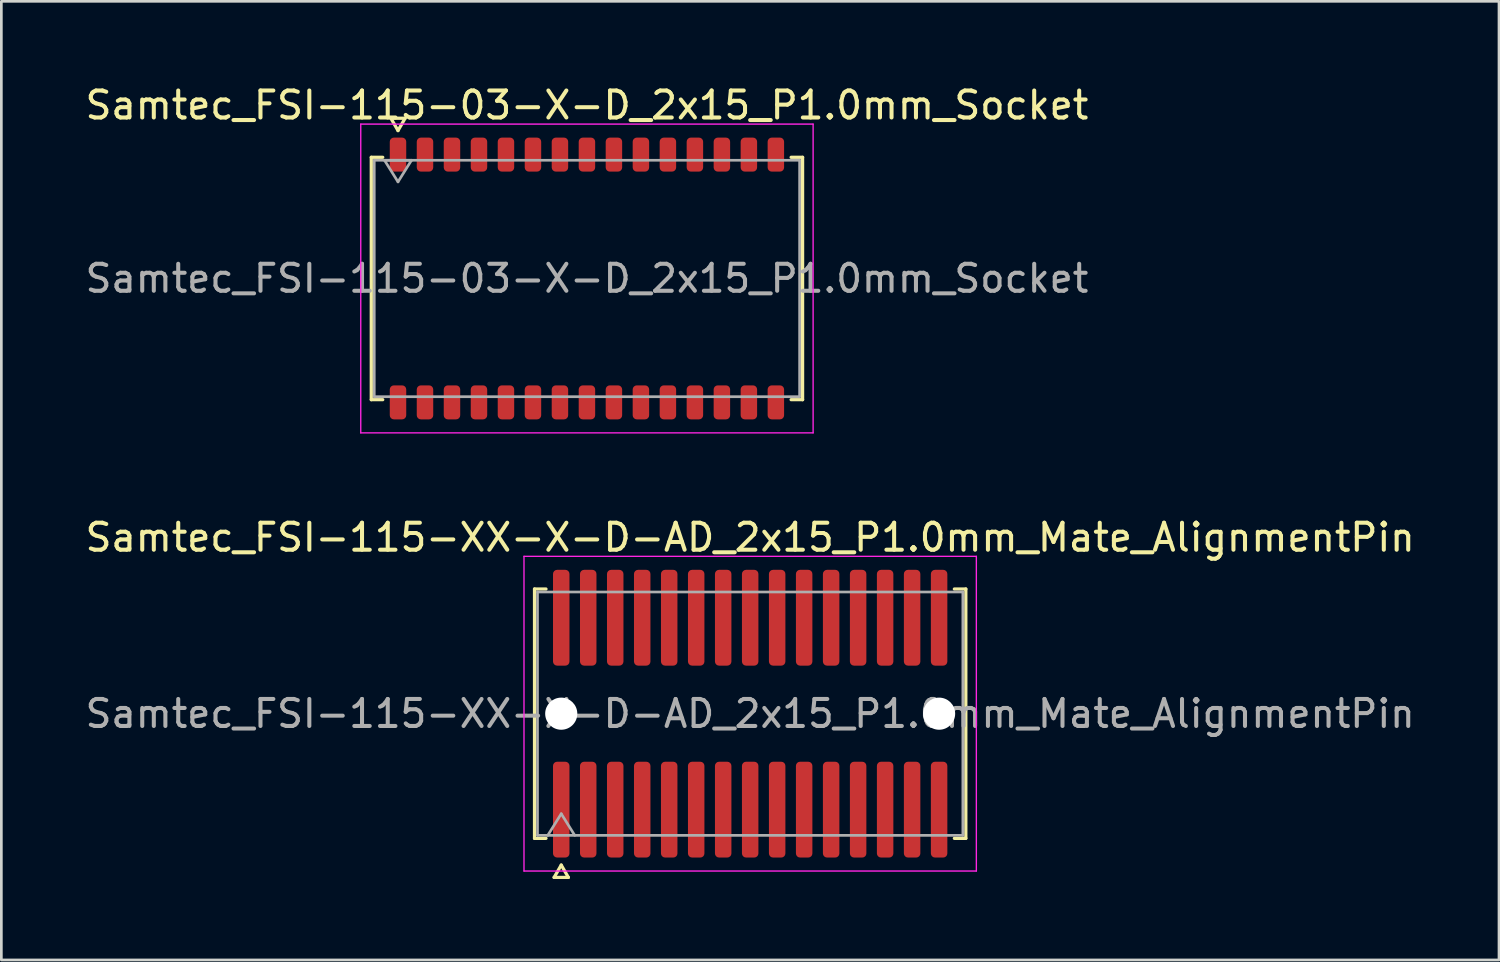
<source format=kicad_pcb>
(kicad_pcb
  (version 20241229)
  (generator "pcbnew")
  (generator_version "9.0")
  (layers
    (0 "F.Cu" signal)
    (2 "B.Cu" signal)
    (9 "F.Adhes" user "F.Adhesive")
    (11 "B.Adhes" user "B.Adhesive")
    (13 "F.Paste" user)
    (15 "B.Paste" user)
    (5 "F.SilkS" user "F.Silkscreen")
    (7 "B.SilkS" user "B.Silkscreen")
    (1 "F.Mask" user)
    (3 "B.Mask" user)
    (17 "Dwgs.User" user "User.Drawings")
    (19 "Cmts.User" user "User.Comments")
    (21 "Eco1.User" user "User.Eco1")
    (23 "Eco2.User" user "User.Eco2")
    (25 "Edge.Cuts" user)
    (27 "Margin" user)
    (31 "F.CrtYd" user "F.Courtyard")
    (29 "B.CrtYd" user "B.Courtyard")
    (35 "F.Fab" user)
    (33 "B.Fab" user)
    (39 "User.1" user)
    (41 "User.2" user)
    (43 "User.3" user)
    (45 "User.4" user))
  (footprint "Samtec_FSI-115-XX-X-D-AD_2x15_P1.0mm_Mate_AlignmentPin"
    (layer "F.Cu")
    (at 24.744 23.392)
    (property "Reference" "Samtec_FSI-115-XX-X-D-AD_2x15_P1.0mm_Mate_AlignmentPin" (at 0 -6.53 0) (layer "F.SilkS") (effects (font (size 1 1) (thickness 0.15))))
    (attr smd exclude_from_pos_files exclude_from_bom)
    (fp_line (start -7.99 -4.619) (end -7.565 -4.619) (stroke (width 0.12) (type solid)) (layer "F.SilkS"))
    (fp_line (start -7.99 4.619) (end -7.99 -4.619) (stroke (width 0.12) (type solid)) (layer "F.SilkS"))
    (fp_line (start -7.565 4.619) (end -7.99 4.619) (stroke (width 0.12) (type solid)) (layer "F.SilkS"))
    (fp_line (start -7.264 6.066) (end -7 5.609) (stroke (width 0.12) (type solid)) (layer "F.SilkS"))
    (fp_line (start -7 5.609) (end -6.736 6.066) (stroke (width 0.12) (type solid)) (layer "F.SilkS"))
    (fp_line (start -6.736 6.066) (end -7.264 6.066) (stroke (width 0.12) (type solid)) (layer "F.SilkS"))
    (fp_line (start 7.565 -4.619) (end 7.99 -4.619) (stroke (width 0.12) (type solid)) (layer "F.SilkS"))
    (fp_line (start 7.99 -4.619) (end 7.99 4.619) (stroke (width 0.12) (type solid)) (layer "F.SilkS"))
    (fp_line (start 7.99 4.619) (end 7.565 4.619) (stroke (width 0.12) (type solid)) (layer "F.SilkS"))
    (fp_line (start -8.38 -5.83) (end -8.38 5.83) (stroke (width 0.05) (type solid)) (layer "F.CrtYd"))
    (fp_line (start -8.38 5.83) (end 8.38 5.83) (stroke (width 0.05) (type solid)) (layer "F.CrtYd"))
    (fp_line (start 8.38 -5.83) (end -8.38 -5.83) (stroke (width 0.05) (type solid)) (layer "F.CrtYd"))
    (fp_line (start 8.38 5.83) (end 8.38 -5.83) (stroke (width 0.05) (type solid)) (layer "F.CrtYd"))
    (fp_line (start -7.88 -4.508) (end 7.88 -4.508) (stroke (width 0.1) (type solid)) (layer "F.Fab"))
    (fp_line (start -7.88 4.508) (end -7.88 -4.508) (stroke (width 0.1) (type solid)) (layer "F.Fab"))
    (fp_line (start -7.5 4.508) (end -7 3.708) (stroke (width 0.1) (type solid)) (layer "F.Fab"))
    (fp_line (start -7 3.708) (end -6.5 4.508) (stroke (width 0.1) (type solid)) (layer "F.Fab"))
    (fp_line (start 7.88 -4.508) (end 7.88 4.508) (stroke (width 0.1) (type solid)) (layer "F.Fab"))
    (fp_line (start 7.88 4.508) (end -7.88 4.508) (stroke (width 0.1) (type solid)) (layer "F.Fab"))
    (fp_text user "${REFERENCE}" (at 0 0 0) (layer "F.Fab") (effects (font (size 1 1) (thickness 0.15))))
    (pad "" np_thru_hole circle (at -7 0) (size 1.19 1.19) (drill 1.19) (layers "*.Cu" "*.Mask"))
    (pad "" np_thru_hole circle (at 7 0) (size 1.19 1.19) (drill 1.19) (layers "*.Cu" "*.Mask"))
    (pad "1" smd roundrect (at -7 3.555) (size 0.61 3.55) (layers "F.Cu" "F.Mask") (roundrect_rratio 0.25))
    (pad "2" smd roundrect (at -7 -3.555) (size 0.61 3.55) (layers "F.Cu" "F.Mask") (roundrect_rratio 0.25))
    (pad "3" smd roundrect (at -6 3.555) (size 0.61 3.55) (layers "F.Cu" "F.Mask") (roundrect_rratio 0.25))
    (pad "4" smd roundrect (at -6 -3.555) (size 0.61 3.55) (layers "F.Cu" "F.Mask") (roundrect_rratio 0.25))
    (pad "5" smd roundrect (at -5 3.555) (size 0.61 3.55) (layers "F.Cu" "F.Mask") (roundrect_rratio 0.25))
    (pad "6" smd roundrect (at -5 -3.555) (size 0.61 3.55) (layers "F.Cu" "F.Mask") (roundrect_rratio 0.25))
    (pad "7" smd roundrect (at -4 3.555) (size 0.61 3.55) (layers "F.Cu" "F.Mask") (roundrect_rratio 0.25))
    (pad "8" smd roundrect (at -4 -3.555) (size 0.61 3.55) (layers "F.Cu" "F.Mask") (roundrect_rratio 0.25))
    (pad "9" smd roundrect (at -3 3.555) (size 0.61 3.55) (layers "F.Cu" "F.Mask") (roundrect_rratio 0.25))
    (pad "10" smd roundrect (at -3 -3.555) (size 0.61 3.55) (layers "F.Cu" "F.Mask") (roundrect_rratio 0.25))
    (pad "11" smd roundrect (at -2 3.555) (size 0.61 3.55) (layers "F.Cu" "F.Mask") (roundrect_rratio 0.25))
    (pad "12" smd roundrect (at -2 -3.555) (size 0.61 3.55) (layers "F.Cu" "F.Mask") (roundrect_rratio 0.25))
    (pad "13" smd roundrect (at -1 3.555) (size 0.61 3.55) (layers "F.Cu" "F.Mask") (roundrect_rratio 0.25))
    (pad "14" smd roundrect (at -1 -3.555) (size 0.61 3.55) (layers "F.Cu" "F.Mask") (roundrect_rratio 0.25))
    (pad "15" smd roundrect (at 0 3.555) (size 0.61 3.55) (layers "F.Cu" "F.Mask") (roundrect_rratio 0.25))
    (pad "16" smd roundrect (at 0 -3.555) (size 0.61 3.55) (layers "F.Cu" "F.Mask") (roundrect_rratio 0.25))
    (pad "17" smd roundrect (at 1 3.555) (size 0.61 3.55) (layers "F.Cu" "F.Mask") (roundrect_rratio 0.25))
    (pad "18" smd roundrect (at 1 -3.555) (size 0.61 3.55) (layers "F.Cu" "F.Mask") (roundrect_rratio 0.25))
    (pad "19" smd roundrect (at 2 3.555) (size 0.61 3.55) (layers "F.Cu" "F.Mask") (roundrect_rratio 0.25))
    (pad "20" smd roundrect (at 2 -3.555) (size 0.61 3.55) (layers "F.Cu" "F.Mask") (roundrect_rratio 0.25))
    (pad "21" smd roundrect (at 3 3.555) (size 0.61 3.55) (layers "F.Cu" "F.Mask") (roundrect_rratio 0.25))
    (pad "22" smd roundrect (at 3 -3.555) (size 0.61 3.55) (layers "F.Cu" "F.Mask") (roundrect_rratio 0.25))
    (pad "23" smd roundrect (at 4 3.555) (size 0.61 3.55) (layers "F.Cu" "F.Mask") (roundrect_rratio 0.25))
    (pad "24" smd roundrect (at 4 -3.555) (size 0.61 3.55) (layers "F.Cu" "F.Mask") (roundrect_rratio 0.25))
    (pad "25" smd roundrect (at 5 3.555) (size 0.61 3.55) (layers "F.Cu" "F.Mask") (roundrect_rratio 0.25))
    (pad "26" smd roundrect (at 5 -3.555) (size 0.61 3.55) (layers "F.Cu" "F.Mask") (roundrect_rratio 0.25))
    (pad "27" smd roundrect (at 6 3.555) (size 0.61 3.55) (layers "F.Cu" "F.Mask") (roundrect_rratio 0.25))
    (pad "28" smd roundrect (at 6 -3.555) (size 0.61 3.55) (layers "F.Cu" "F.Mask") (roundrect_rratio 0.25))
    (pad "29" smd roundrect (at 7 3.555) (size 0.61 3.55) (layers "F.Cu" "F.Mask") (roundrect_rratio 0.25))
    (pad "30" smd roundrect (at 7 -3.555) (size 0.61 3.55) (layers "F.Cu" "F.Mask") (roundrect_rratio 0.25)))
  (footprint "Samtec_FSI-115-03-X-D_2x15_P1.0mm_Socket"
    (layer "F.Cu")
    (at 18.696 7.268)
    (property "Reference" "Samtec_FSI-115-03-X-D_2x15_P1.0mm_Socket" (at 0 -6.42 0) (layer "F.SilkS") (effects (font (size 1 1) (thickness 0.15))))
    (attr smd)
    (fp_line (start -7.99 -4.49) (end -7.565 -4.49) (stroke (width 0.12) (type solid)) (layer "F.SilkS"))
    (fp_line (start -7.99 4.49) (end -7.99 -4.49) (stroke (width 0.12) (type solid)) (layer "F.SilkS"))
    (fp_line (start -7.565 4.49) (end -7.99 4.49) (stroke (width 0.12) (type solid)) (layer "F.SilkS"))
    (fp_line (start -7.264 -5.938) (end -7 -5.48) (stroke (width 0.12) (type solid)) (layer "F.SilkS"))
    (fp_line (start -7 -5.48) (end -6.736 -5.938) (stroke (width 0.12) (type solid)) (layer "F.SilkS"))
    (fp_line (start -6.736 -5.938) (end -7.264 -5.938) (stroke (width 0.12) (type solid)) (layer "F.SilkS"))
    (fp_line (start 7.565 -4.49) (end 7.99 -4.49) (stroke (width 0.12) (type solid)) (layer "F.SilkS"))
    (fp_line (start 7.99 -4.49) (end 7.99 4.49) (stroke (width 0.12) (type solid)) (layer "F.SilkS"))
    (fp_line (start 7.99 4.49) (end 7.565 4.49) (stroke (width 0.12) (type solid)) (layer "F.SilkS"))
    (fp_line (start -8.38 -5.72) (end -8.38 5.72) (stroke (width 0.05) (type solid)) (layer "F.CrtYd"))
    (fp_line (start -8.38 5.72) (end 8.38 5.72) (stroke (width 0.05) (type solid)) (layer "F.CrtYd"))
    (fp_line (start 8.38 -5.72) (end -8.38 -5.72) (stroke (width 0.05) (type solid)) (layer "F.CrtYd"))
    (fp_line (start 8.38 5.72) (end 8.38 -5.72) (stroke (width 0.05) (type solid)) (layer "F.CrtYd"))
    (fp_line (start -7.88 -4.38) (end 7.88 -4.38) (stroke (width 0.1) (type solid)) (layer "F.Fab"))
    (fp_line (start -7.88 4.38) (end -7.88 -4.38) (stroke (width 0.1) (type solid)) (layer "F.Fab"))
    (fp_line (start -7.5 -4.38) (end -7 -3.58) (stroke (width 0.1) (type solid)) (layer "F.Fab"))
    (fp_line (start -7 -3.58) (end -6.5 -4.38) (stroke (width 0.1) (type solid)) (layer "F.Fab"))
    (fp_line (start -6.5 -4.38) (end -7.5 -4.38) (stroke (width 0.1) (type solid)) (layer "F.Fab"))
    (fp_line (start 7.88 -4.38) (end 7.88 4.38) (stroke (width 0.1) (type solid)) (layer "F.Fab"))
    (fp_line (start 7.88 4.38) (end -7.88 4.38) (stroke (width 0.1) (type solid)) (layer "F.Fab"))
    (fp_text user "${REFERENCE}" (at 0 0 0) (layer "F.Fab") (effects (font (size 1 1) (thickness 0.15))))
    (pad "1" smd roundrect (at -7 -4.59) (size 0.61 1.26) (layers "F.Cu" "F.Mask" "F.Paste") (roundrect_rratio 0.25))
    (pad "2" smd roundrect (at -7 4.59) (size 0.61 1.26) (layers "F.Cu" "F.Mask" "F.Paste") (roundrect_rratio 0.25))
    (pad "3" smd roundrect (at -6 -4.59) (size 0.61 1.26) (layers "F.Cu" "F.Mask" "F.Paste") (roundrect_rratio 0.25))
    (pad "4" smd roundrect (at -6 4.59) (size 0.61 1.26) (layers "F.Cu" "F.Mask" "F.Paste") (roundrect_rratio 0.25))
    (pad "5" smd roundrect (at -5 -4.59) (size 0.61 1.26) (layers "F.Cu" "F.Mask" "F.Paste") (roundrect_rratio 0.25))
    (pad "6" smd roundrect (at -5 4.59) (size 0.61 1.26) (layers "F.Cu" "F.Mask" "F.Paste") (roundrect_rratio 0.25))
    (pad "7" smd roundrect (at -4 -4.59) (size 0.61 1.26) (layers "F.Cu" "F.Mask" "F.Paste") (roundrect_rratio 0.25))
    (pad "8" smd roundrect (at -4 4.59) (size 0.61 1.26) (layers "F.Cu" "F.Mask" "F.Paste") (roundrect_rratio 0.25))
    (pad "9" smd roundrect (at -3 -4.59) (size 0.61 1.26) (layers "F.Cu" "F.Mask" "F.Paste") (roundrect_rratio 0.25))
    (pad "10" smd roundrect (at -3 4.59) (size 0.61 1.26) (layers "F.Cu" "F.Mask" "F.Paste") (roundrect_rratio 0.25))
    (pad "11" smd roundrect (at -2 -4.59) (size 0.61 1.26) (layers "F.Cu" "F.Mask" "F.Paste") (roundrect_rratio 0.25))
    (pad "12" smd roundrect (at -2 4.59) (size 0.61 1.26) (layers "F.Cu" "F.Mask" "F.Paste") (roundrect_rratio 0.25))
    (pad "13" smd roundrect (at -1 -4.59) (size 0.61 1.26) (layers "F.Cu" "F.Mask" "F.Paste") (roundrect_rratio 0.25))
    (pad "14" smd roundrect (at -1 4.59) (size 0.61 1.26) (layers "F.Cu" "F.Mask" "F.Paste") (roundrect_rratio 0.25))
    (pad "15" smd roundrect (at 0 -4.59) (size 0.61 1.26) (layers "F.Cu" "F.Mask" "F.Paste") (roundrect_rratio 0.25))
    (pad "16" smd roundrect (at 0 4.59) (size 0.61 1.26) (layers "F.Cu" "F.Mask" "F.Paste") (roundrect_rratio 0.25))
    (pad "17" smd roundrect (at 1 -4.59) (size 0.61 1.26) (layers "F.Cu" "F.Mask" "F.Paste") (roundrect_rratio 0.25))
    (pad "18" smd roundrect (at 1 4.59) (size 0.61 1.26) (layers "F.Cu" "F.Mask" "F.Paste") (roundrect_rratio 0.25))
    (pad "19" smd roundrect (at 2 -4.59) (size 0.61 1.26) (layers "F.Cu" "F.Mask" "F.Paste") (roundrect_rratio 0.25))
    (pad "20" smd roundrect (at 2 4.59) (size 0.61 1.26) (layers "F.Cu" "F.Mask" "F.Paste") (roundrect_rratio 0.25))
    (pad "21" smd roundrect (at 3 -4.59) (size 0.61 1.26) (layers "F.Cu" "F.Mask" "F.Paste") (roundrect_rratio 0.25))
    (pad "22" smd roundrect (at 3 4.59) (size 0.61 1.26) (layers "F.Cu" "F.Mask" "F.Paste") (roundrect_rratio 0.25))
    (pad "23" smd roundrect (at 4 -4.59) (size 0.61 1.26) (layers "F.Cu" "F.Mask" "F.Paste") (roundrect_rratio 0.25))
    (pad "24" smd roundrect (at 4 4.59) (size 0.61 1.26) (layers "F.Cu" "F.Mask" "F.Paste") (roundrect_rratio 0.25))
    (pad "25" smd roundrect (at 5 -4.59) (size 0.61 1.26) (layers "F.Cu" "F.Mask" "F.Paste") (roundrect_rratio 0.25))
    (pad "26" smd roundrect (at 5 4.59) (size 0.61 1.26) (layers "F.Cu" "F.Mask" "F.Paste") (roundrect_rratio 0.25))
    (pad "27" smd roundrect (at 6 -4.59) (size 0.61 1.26) (layers "F.Cu" "F.Mask" "F.Paste") (roundrect_rratio 0.25))
    (pad "28" smd roundrect (at 6 4.59) (size 0.61 1.26) (layers "F.Cu" "F.Mask" "F.Paste") (roundrect_rratio 0.25))
    (pad "29" smd roundrect (at 7 -4.59) (size 0.61 1.26) (layers "F.Cu" "F.Mask" "F.Paste") (roundrect_rratio 0.25))
    (pad "30" smd roundrect (at 7 4.59) (size 0.61 1.26) (layers "F.Cu" "F.Mask" "F.Paste") (roundrect_rratio 0.25)))
  (gr_rect
    (start -3 -3)
    (end 52.488 32.517)
    (stroke (width 0.1) (type default))
    (fill no)
    (layer "Edge.Cuts")))
</source>
